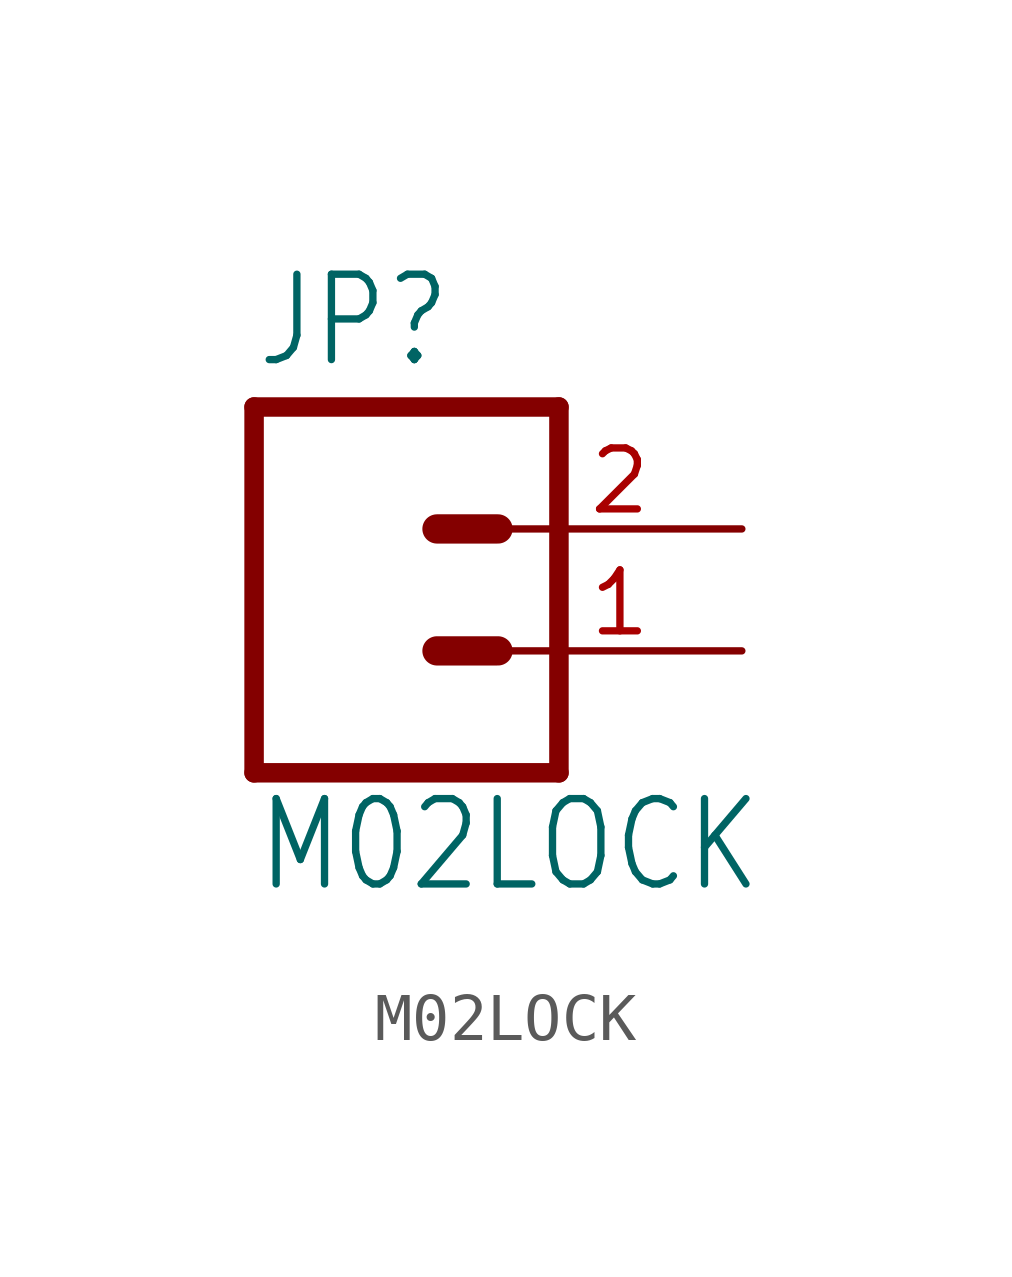
<source format=kicad_sym>
(kicad_symbol_lib
  (version 20220331)
  (generator kicad_symbol_editor)
  (symbol "M02LOCK"
    (property "Reference" "JP"
      (at -2.54 5.842 0)
      (effects (font (size 1.778 1.511)) (justify left bottom)))
    (property "Value" "M02LOCK"
      (at -2.54 -5.08 0)
      (effects (font (size 1.778 1.511)) (justify left bottom)))
    (property "ki_locked" ""
      (at 0 0 0)
      (effects (font (size 1.27 1.27))))
    (symbol "M02LOCK_1_0"
      (polyline (pts (xy -2.54 5.08) (xy -2.54 -2.54)) (stroke (width 0.406) (type solid)) (fill (type none)))
      (polyline (pts (xy -2.54 5.08) (xy 3.81 5.08)) (stroke (width 0.406) (type solid)) (fill (type none)))
      (polyline (pts (xy 1.27 0) (xy 2.54 0)) (stroke (width 0.61) (type solid)) (fill (type none)))
      (polyline (pts (xy 1.27 2.54) (xy 2.54 2.54)) (stroke (width 0.61) (type solid)) (fill (type none)))
      (polyline (pts (xy 3.81 -2.54) (xy -2.54 -2.54)) (stroke (width 0.406) (type solid)) (fill (type none)))
      (polyline (pts (xy 3.81 -2.54) (xy 3.81 5.08)) (stroke (width 0.406) (type solid)) (fill (type none)))
      (pin passive line (at 7.62 0 180) (length 5.08) (name "1" (effects (font (size 0 0)))) (number "1" (effects (font (size 1.27 1.27)))))
      (pin passive line (at 7.62 2.54 180) (length 5.08) (name "2" (effects (font (size 0 0)))) (number "2" (effects (font (size 1.27 1.27))))))))
</source>
